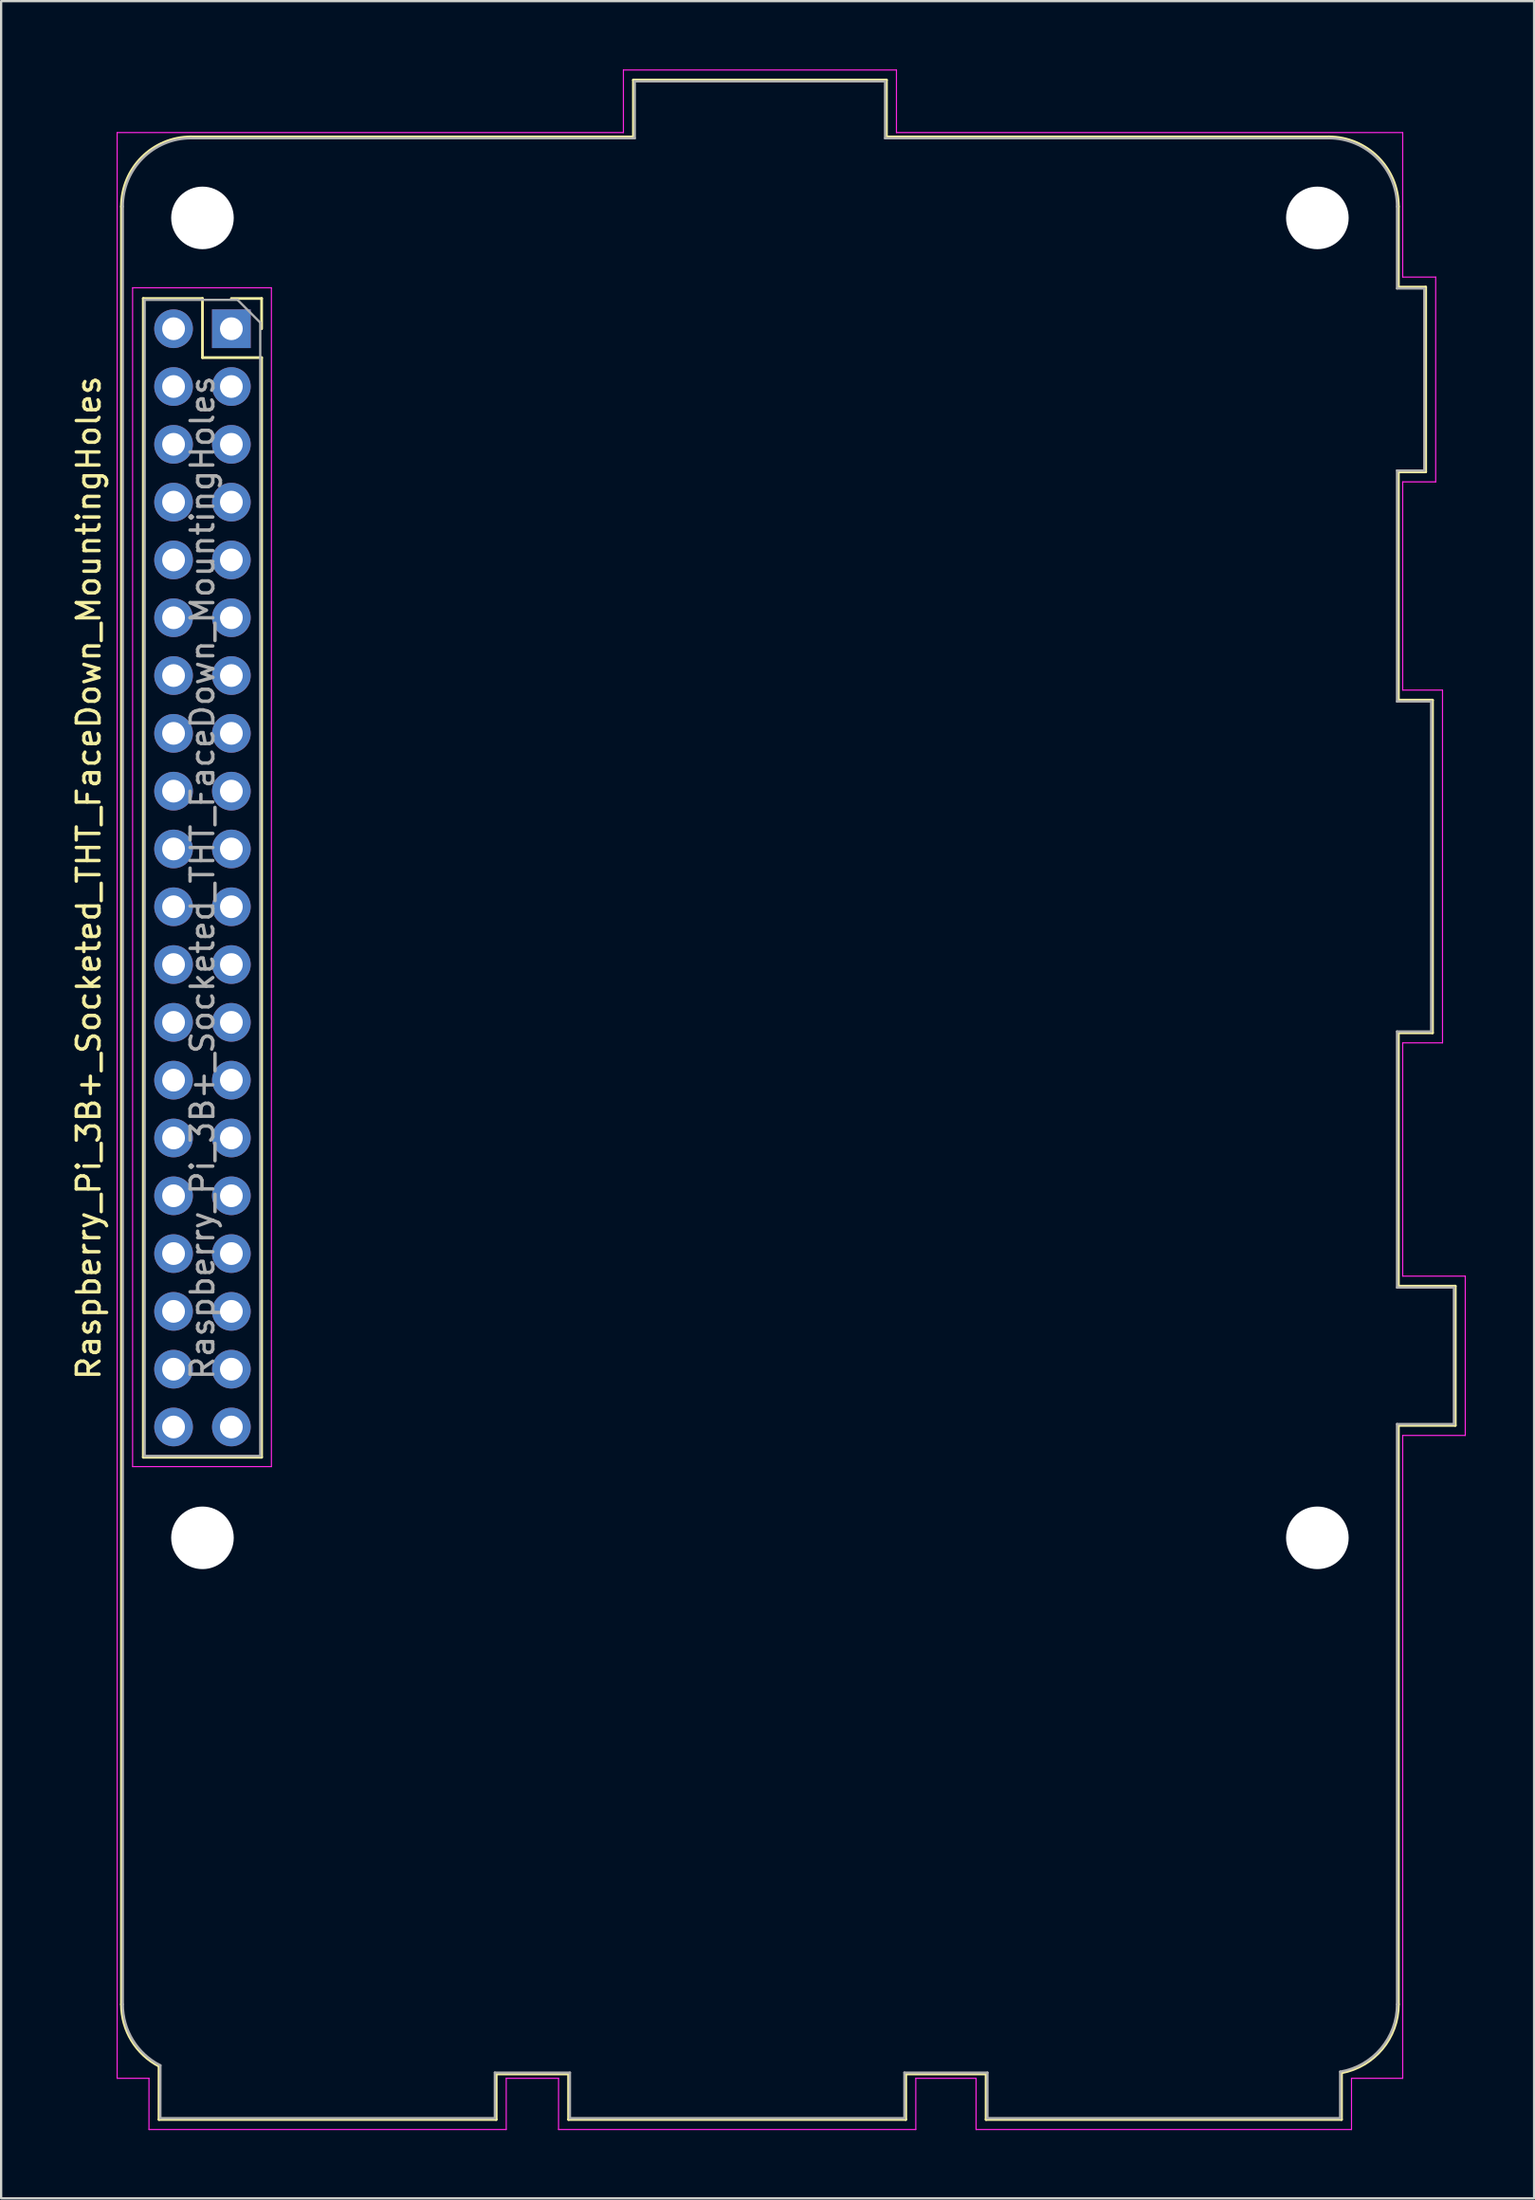
<source format=kicad_pcb>
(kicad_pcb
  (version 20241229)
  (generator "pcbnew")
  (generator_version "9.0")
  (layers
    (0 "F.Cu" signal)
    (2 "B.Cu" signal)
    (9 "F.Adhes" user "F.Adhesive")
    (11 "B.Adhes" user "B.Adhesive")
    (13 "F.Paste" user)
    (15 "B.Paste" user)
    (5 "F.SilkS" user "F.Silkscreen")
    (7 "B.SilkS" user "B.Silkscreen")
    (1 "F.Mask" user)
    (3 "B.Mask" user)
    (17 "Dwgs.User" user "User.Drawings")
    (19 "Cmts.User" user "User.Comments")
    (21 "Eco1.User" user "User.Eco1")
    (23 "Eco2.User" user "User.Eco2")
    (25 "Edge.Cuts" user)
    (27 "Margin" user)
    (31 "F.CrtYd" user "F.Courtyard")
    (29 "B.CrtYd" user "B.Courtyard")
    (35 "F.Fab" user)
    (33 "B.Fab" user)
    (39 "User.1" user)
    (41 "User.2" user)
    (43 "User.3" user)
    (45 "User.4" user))
  (footprint "Raspberry_Pi_3B+_Socketed_THT_FaceDown_MountingHoles"
    (layer "F.Cu")
    (at 7.118 11.395)
    (property "Reference" "Raspberry_Pi_3B+_Socketed_THT_FaceDown_MountingHoles" (at -6.27 24.13 90) (layer "F.SilkS") (effects (font (size 1 1) (thickness 0.15))))
    (attr through_hole)
    (fp_line (start -4.83 73.63) (end -4.83 -5.37) (stroke (width 0.12) (type solid)) (layer "F.SilkS"))
    (fp_line (start -3.87 -1.33) (end -3.87 49.59) (stroke (width 0.12) (type solid)) (layer "F.SilkS"))
    (fp_line (start -3.87 -1.33) (end -1.27 -1.33) (stroke (width 0.12) (type solid)) (layer "F.SilkS"))
    (fp_line (start -3.87 49.59) (end 1.33 49.59) (stroke (width 0.12) (type solid)) (layer "F.SilkS"))
    (fp_line (start -3.18 78.69) (end -3.178 76.347) (stroke (width 0.12) (type solid)) (layer "F.SilkS"))
    (fp_line (start -1.77 -8.43) (end 17.67 -8.43) (stroke (width 0.12) (type solid)) (layer "F.SilkS"))
    (fp_line (start -1.27 -1.33) (end -1.27 1.27) (stroke (width 0.12) (type solid)) (layer "F.SilkS"))
    (fp_line (start -1.27 1.27) (end 1.33 1.27) (stroke (width 0.12) (type solid)) (layer "F.SilkS"))
    (fp_line (start 0 -1.33) (end 1.33 -1.33) (stroke (width 0.12) (type solid)) (layer "F.SilkS"))
    (fp_line (start 1.33 -1.33) (end 1.33 0) (stroke (width 0.12) (type solid)) (layer "F.SilkS"))
    (fp_line (start 1.33 1.27) (end 1.33 49.59) (stroke (width 0.12) (type solid)) (layer "F.SilkS"))
    (fp_line (start 11.64 76.69) (end 11.64 78.69) (stroke (width 0.12) (type solid)) (layer "F.SilkS"))
    (fp_line (start 11.64 78.69) (end -3.18 78.69) (stroke (width 0.12) (type solid)) (layer "F.SilkS"))
    (fp_line (start 14.82 76.69) (end 11.64 76.69) (stroke (width 0.12) (type solid)) (layer "F.SilkS"))
    (fp_line (start 14.82 78.69) (end 14.82 76.69) (stroke (width 0.12) (type solid)) (layer "F.SilkS"))
    (fp_line (start 17.67 -10.93) (end 17.67 -8.43) (stroke (width 0.12) (type solid)) (layer "F.SilkS"))
    (fp_line (start 28.79 -10.93) (end 17.67 -10.93) (stroke (width 0.12) (type solid)) (layer "F.SilkS"))
    (fp_line (start 28.79 -8.43) (end 28.79 -10.93) (stroke (width 0.12) (type solid)) (layer "F.SilkS"))
    (fp_line (start 29.64 76.69) (end 29.64 78.69) (stroke (width 0.12) (type solid)) (layer "F.SilkS"))
    (fp_line (start 29.64 78.69) (end 14.82 78.69) (stroke (width 0.12) (type solid)) (layer "F.SilkS"))
    (fp_line (start 33.17 76.69) (end 29.64 76.69) (stroke (width 0.12) (type solid)) (layer "F.SilkS"))
    (fp_line (start 33.17 78.69) (end 33.17 76.69) (stroke (width 0.12) (type solid)) (layer "F.SilkS"))
    (fp_line (start 48.23 -8.43) (end 28.79 -8.43) (stroke (width 0.12) (type solid)) (layer "F.SilkS"))
    (fp_line (start 48.79 78.69) (end 33.17 78.69) (stroke (width 0.12) (type solid)) (layer "F.SilkS"))
    (fp_line (start 48.79 78.69) (end 48.79 76.638) (stroke (width 0.12) (type solid)) (layer "F.SilkS"))
    (fp_line (start 51.29 -5.37) (end 51.29 -1.83) (stroke (width 0.12) (type solid)) (layer "F.SilkS"))
    (fp_line (start 51.29 -1.83) (end 52.49 -1.83) (stroke (width 0.12) (type solid)) (layer "F.SilkS"))
    (fp_line (start 51.29 6.29) (end 51.29 16.32) (stroke (width 0.12) (type solid)) (layer "F.SilkS"))
    (fp_line (start 51.29 16.32) (end 52.79 16.32) (stroke (width 0.12) (type solid)) (layer "F.SilkS"))
    (fp_line (start 51.29 30.94) (end 51.29 42.07) (stroke (width 0.12) (type solid)) (layer "F.SilkS"))
    (fp_line (start 51.29 42.07) (end 53.79 42.07) (stroke (width 0.12) (type solid)) (layer "F.SilkS"))
    (fp_line (start 51.29 48.19) (end 51.29 73.63) (stroke (width 0.12) (type solid)) (layer "F.SilkS"))
    (fp_line (start 52.49 -1.83) (end 52.49 6.29) (stroke (width 0.12) (type solid)) (layer "F.SilkS"))
    (fp_line (start 52.49 6.29) (end 51.29 6.29) (stroke (width 0.12) (type solid)) (layer "F.SilkS"))
    (fp_line (start 52.79 16.32) (end 52.79 30.94) (stroke (width 0.12) (type solid)) (layer "F.SilkS"))
    (fp_line (start 52.79 30.94) (end 51.29 30.94) (stroke (width 0.12) (type solid)) (layer "F.SilkS"))
    (fp_line (start 53.79 42.07) (end 53.79 48.19) (stroke (width 0.12) (type solid)) (layer "F.SilkS"))
    (fp_line (start 53.79 48.19) (end 51.29 48.19) (stroke (width 0.12) (type solid)) (layer "F.SilkS"))
    (fp_arc (start -4.83 -5.37) (mid -3.933747 -7.533747) (end -1.77 -8.43) (stroke (width 0.12) (type solid)) (layer "F.SilkS"))
    (fp_arc (start -3.178211 76.346715) (mid -4.384644 75.219728) (end -4.83 73.63) (stroke (width 0.12) (type solid)) (layer "F.SilkS"))
    (fp_arc (start 48.23 -8.43) (mid 50.393747 -7.533747) (end 51.29 -5.37) (stroke (width 0.12) (type solid)) (layer "F.SilkS"))
    (fp_arc (start 51.29 73.63) (mid 50.583325 75.585879) (end 48.789698 76.638378) (stroke (width 0.12) (type solid)) (layer "F.SilkS"))
    (fp_line (start -5.02 -8.62) (end 17.23 -8.62) (stroke (width 0.05) (type solid)) (layer "F.CrtYd"))
    (fp_line (start -5.02 76.88) (end -5.02 -8.62) (stroke (width 0.05) (type solid)) (layer "F.CrtYd"))
    (fp_line (start -4.34 -1.8) (end 1.76 -1.8) (stroke (width 0.05) (type solid)) (layer "F.CrtYd"))
    (fp_line (start -4.34 50) (end -4.34 -1.8) (stroke (width 0.05) (type solid)) (layer "F.CrtYd"))
    (fp_line (start -3.62 76.88) (end -5.02 76.88) (stroke (width 0.05) (type solid)) (layer "F.CrtYd"))
    (fp_line (start -3.62 79.13) (end -3.62 76.88) (stroke (width 0.05) (type solid)) (layer "F.CrtYd"))
    (fp_line (start 1.76 -1.8) (end 1.76 50) (stroke (width 0.05) (type solid)) (layer "F.CrtYd"))
    (fp_line (start 1.76 50) (end -4.34 50) (stroke (width 0.05) (type solid)) (layer "F.CrtYd"))
    (fp_line (start 12.08 76.88) (end 12.08 79.13) (stroke (width 0.05) (type solid)) (layer "F.CrtYd"))
    (fp_line (start 12.08 79.13) (end -3.62 79.13) (stroke (width 0.05) (type solid)) (layer "F.CrtYd"))
    (fp_line (start 14.38 76.88) (end 12.08 76.88) (stroke (width 0.05) (type solid)) (layer "F.CrtYd"))
    (fp_line (start 14.38 79.13) (end 14.38 76.88) (stroke (width 0.05) (type solid)) (layer "F.CrtYd"))
    (fp_line (start 17.23 -11.37) (end 29.23 -11.37) (stroke (width 0.05) (type solid)) (layer "F.CrtYd"))
    (fp_line (start 17.23 -8.62) (end 17.23 -11.37) (stroke (width 0.05) (type solid)) (layer "F.CrtYd"))
    (fp_line (start 29.23 -11.37) (end 29.23 -8.62) (stroke (width 0.05) (type solid)) (layer "F.CrtYd"))
    (fp_line (start 29.23 -8.62) (end 51.48 -8.62) (stroke (width 0.05) (type solid)) (layer "F.CrtYd"))
    (fp_line (start 30.08 76.88) (end 30.08 79.13) (stroke (width 0.05) (type solid)) (layer "F.CrtYd"))
    (fp_line (start 30.08 79.13) (end 14.38 79.13) (stroke (width 0.05) (type solid)) (layer "F.CrtYd"))
    (fp_line (start 32.73 76.88) (end 30.08 76.88) (stroke (width 0.05) (type solid)) (layer "F.CrtYd"))
    (fp_line (start 32.73 79.13) (end 32.73 76.88) (stroke (width 0.05) (type solid)) (layer "F.CrtYd"))
    (fp_line (start 49.23 76.88) (end 49.23 79.13) (stroke (width 0.05) (type solid)) (layer "F.CrtYd"))
    (fp_line (start 49.23 79.13) (end 32.73 79.13) (stroke (width 0.05) (type solid)) (layer "F.CrtYd"))
    (fp_line (start 51.48 -8.62) (end 51.48 -2.27) (stroke (width 0.05) (type solid)) (layer "F.CrtYd"))
    (fp_line (start 51.48 -2.27) (end 52.93 -2.27) (stroke (width 0.05) (type solid)) (layer "F.CrtYd"))
    (fp_line (start 51.48 6.73) (end 51.48 15.88) (stroke (width 0.05) (type solid)) (layer "F.CrtYd"))
    (fp_line (start 51.48 15.88) (end 53.23 15.88) (stroke (width 0.05) (type solid)) (layer "F.CrtYd"))
    (fp_line (start 51.48 31.38) (end 51.48 41.63) (stroke (width 0.05) (type solid)) (layer "F.CrtYd"))
    (fp_line (start 51.48 41.63) (end 54.23 41.63) (stroke (width 0.05) (type solid)) (layer "F.CrtYd"))
    (fp_line (start 51.48 48.63) (end 51.48 76.88) (stroke (width 0.05) (type solid)) (layer "F.CrtYd"))
    (fp_line (start 51.48 76.88) (end 49.23 76.88) (stroke (width 0.05) (type solid)) (layer "F.CrtYd"))
    (fp_line (start 52.93 -2.27) (end 52.93 6.73) (stroke (width 0.05) (type solid)) (layer "F.CrtYd"))
    (fp_line (start 52.93 6.73) (end 51.48 6.73) (stroke (width 0.05) (type solid)) (layer "F.CrtYd"))
    (fp_line (start 53.23 15.88) (end 53.23 31.38) (stroke (width 0.05) (type solid)) (layer "F.CrtYd"))
    (fp_line (start 53.23 31.38) (end 51.48 31.38) (stroke (width 0.05) (type solid)) (layer "F.CrtYd"))
    (fp_line (start 54.23 41.63) (end 54.23 48.63) (stroke (width 0.05) (type solid)) (layer "F.CrtYd"))
    (fp_line (start 54.23 48.63) (end 51.48 48.63) (stroke (width 0.05) (type solid)) (layer "F.CrtYd"))
    (fp_line (start -4.77 73.63) (end -4.77 -5.37) (stroke (width 0.1) (type solid)) (layer "F.Fab"))
    (fp_line (start -3.81 -1.27) (end 0.27 -1.27) (stroke (width 0.1) (type solid)) (layer "F.Fab"))
    (fp_line (start -3.81 49.53) (end -3.81 -1.27) (stroke (width 0.1) (type solid)) (layer "F.Fab"))
    (fp_line (start -3.12 78.63) (end 11.58 78.63) (stroke (width 0.1) (type solid)) (layer "F.Fab"))
    (fp_line (start -3.118 76.31) (end -3.12 78.63) (stroke (width 0.1) (type solid)) (layer "F.Fab"))
    (fp_line (start -1.77 -8.37) (end 17.73 -8.37) (stroke (width 0.1) (type solid)) (layer "F.Fab"))
    (fp_line (start 0.27 -1.27) (end 1.27 -0.27) (stroke (width 0.1) (type solid)) (layer "F.Fab"))
    (fp_line (start 1.27 -0.27) (end 1.27 49.53) (stroke (width 0.1) (type solid)) (layer "F.Fab"))
    (fp_line (start 1.27 49.53) (end -3.81 49.53) (stroke (width 0.1) (type solid)) (layer "F.Fab"))
    (fp_line (start 11.58 76.63) (end 14.88 76.63) (stroke (width 0.1) (type solid)) (layer "F.Fab"))
    (fp_line (start 11.58 78.63) (end 11.58 76.63) (stroke (width 0.1) (type solid)) (layer "F.Fab"))
    (fp_line (start 14.88 76.63) (end 14.88 78.63) (stroke (width 0.1) (type solid)) (layer "F.Fab"))
    (fp_line (start 14.88 78.63) (end 29.58 78.63) (stroke (width 0.1) (type solid)) (layer "F.Fab"))
    (fp_line (start 17.73 -10.87) (end 17.73 -8.37) (stroke (width 0.1) (type solid)) (layer "F.Fab"))
    (fp_line (start 28.73 -10.87) (end 17.73 -10.87) (stroke (width 0.1) (type solid)) (layer "F.Fab"))
    (fp_line (start 28.73 -8.37) (end 28.73 -10.87) (stroke (width 0.1) (type solid)) (layer "F.Fab"))
    (fp_line (start 29.58 76.63) (end 33.23 76.63) (stroke (width 0.1) (type solid)) (layer "F.Fab"))
    (fp_line (start 29.58 78.63) (end 29.58 76.63) (stroke (width 0.1) (type solid)) (layer "F.Fab"))
    (fp_line (start 33.23 76.63) (end 33.23 78.63) (stroke (width 0.1) (type solid)) (layer "F.Fab"))
    (fp_line (start 33.23 78.63) (end 48.73 78.63) (stroke (width 0.1) (type solid)) (layer "F.Fab"))
    (fp_line (start 48.23 -8.37) (end 28.73 -8.37) (stroke (width 0.1) (type solid)) (layer "F.Fab"))
    (fp_line (start 48.73 78.63) (end 48.73 76.588) (stroke (width 0.1) (type solid)) (layer "F.Fab"))
    (fp_line (start 51.23 -5.37) (end 51.23 -1.77) (stroke (width 0.1) (type solid)) (layer "F.Fab"))
    (fp_line (start 51.23 -1.77) (end 52.43 -1.77) (stroke (width 0.1) (type solid)) (layer "F.Fab"))
    (fp_line (start 51.23 6.23) (end 51.23 16.38) (stroke (width 0.1) (type solid)) (layer "F.Fab"))
    (fp_line (start 51.23 16.38) (end 52.73 16.38) (stroke (width 0.1) (type solid)) (layer "F.Fab"))
    (fp_line (start 51.23 30.88) (end 51.23 42.13) (stroke (width 0.1) (type solid)) (layer "F.Fab"))
    (fp_line (start 51.23 42.13) (end 53.73 42.13) (stroke (width 0.1) (type solid)) (layer "F.Fab"))
    (fp_line (start 51.23 48.13) (end 51.23 73.63) (stroke (width 0.1) (type solid)) (layer "F.Fab"))
    (fp_line (start 52.43 -1.77) (end 52.43 6.23) (stroke (width 0.1) (type solid)) (layer "F.Fab"))
    (fp_line (start 52.43 6.23) (end 51.23 6.23) (stroke (width 0.1) (type solid)) (layer "F.Fab"))
    (fp_line (start 52.73 16.38) (end 52.73 30.88) (stroke (width 0.1) (type solid)) (layer "F.Fab"))
    (fp_line (start 52.73 30.88) (end 51.23 30.88) (stroke (width 0.1) (type solid)) (layer "F.Fab"))
    (fp_line (start 53.73 42.13) (end 53.73 48.13) (stroke (width 0.1) (type solid)) (layer "F.Fab"))
    (fp_line (start 53.73 48.13) (end 51.23 48.13) (stroke (width 0.1) (type solid)) (layer "F.Fab"))
    (fp_arc (start -4.77 -5.37) (mid -3.89132 -7.49132) (end -1.77 -8.37) (stroke (width 0.1) (type solid)) (layer "F.Fab"))
    (fp_arc (start -3.117957 76.310114) (mid -4.323808 75.204187) (end -4.77 73.63) (stroke (width 0.1) (type solid)) (layer "F.Fab"))
    (fp_arc (start 48.23 -8.37) (mid 50.35132 -7.49132) (end 51.23 -5.37) (stroke (width 0.1) (type solid)) (layer "F.Fab"))
    (fp_arc (start 51.23 73.63) (mid 50.521388 75.566373) (end 48.730306 76.587988) (stroke (width 0.1) (type solid)) (layer "F.Fab"))
    (fp_text user "${REFERENCE}" (at -1.27 24.13 90) (layer "F.Fab") (effects (font (size 1 1) (thickness 0.15))))
    (pad "" np_thru_hole circle (at -1.27 -4.87 90) (size 2.75 2.75) (drill 2.75) (layers "*.Cu" "*.Mask"))
    (pad "" np_thru_hole circle (at -1.27 53.13 90) (size 2.75 2.75) (drill 2.75) (layers "*.Cu" "*.Mask"))
    (pad "" np_thru_hole circle (at 47.73 -4.87 90) (size 2.75 2.75) (drill 2.75) (layers "*.Cu" "*.Mask"))
    (pad "" np_thru_hole circle (at 47.73 53.13 90) (size 2.75 2.75) (drill 2.75) (layers "*.Cu" "*.Mask"))
    (pad "1" thru_hole rect (at 0 0) (size 1.7 1.7) (drill 1) (layers "*.Cu" "*.Mask"))
    (pad "2" thru_hole oval (at -2.54 0) (size 1.7 1.7) (drill 1) (layers "*.Cu" "*.Mask"))
    (pad "3" thru_hole oval (at 0 2.54) (size 1.7 1.7) (drill 1) (layers "*.Cu" "*.Mask"))
    (pad "4" thru_hole oval (at -2.54 2.54) (size 1.7 1.7) (drill 1) (layers "*.Cu" "*.Mask"))
    (pad "5" thru_hole oval (at 0 5.08) (size 1.7 1.7) (drill 1) (layers "*.Cu" "*.Mask"))
    (pad "6" thru_hole oval (at -2.54 5.08) (size 1.7 1.7) (drill 1) (layers "*.Cu" "*.Mask"))
    (pad "7" thru_hole oval (at 0 7.62) (size 1.7 1.7) (drill 1) (layers "*.Cu" "*.Mask"))
    (pad "8" thru_hole oval (at -2.54 7.62) (size 1.7 1.7) (drill 1) (layers "*.Cu" "*.Mask"))
    (pad "9" thru_hole oval (at 0 10.16) (size 1.7 1.7) (drill 1) (layers "*.Cu" "*.Mask"))
    (pad "10" thru_hole oval (at -2.54 10.16) (size 1.7 1.7) (drill 1) (layers "*.Cu" "*.Mask"))
    (pad "11" thru_hole oval (at 0 12.7) (size 1.7 1.7) (drill 1) (layers "*.Cu" "*.Mask"))
    (pad "12" thru_hole oval (at -2.54 12.7) (size 1.7 1.7) (drill 1) (layers "*.Cu" "*.Mask"))
    (pad "13" thru_hole oval (at 0 15.24) (size 1.7 1.7) (drill 1) (layers "*.Cu" "*.Mask"))
    (pad "14" thru_hole oval (at -2.54 15.24) (size 1.7 1.7) (drill 1) (layers "*.Cu" "*.Mask"))
    (pad "15" thru_hole oval (at 0 17.78) (size 1.7 1.7) (drill 1) (layers "*.Cu" "*.Mask"))
    (pad "16" thru_hole oval (at -2.54 17.78) (size 1.7 1.7) (drill 1) (layers "*.Cu" "*.Mask"))
    (pad "17" thru_hole oval (at 0 20.32) (size 1.7 1.7) (drill 1) (layers "*.Cu" "*.Mask"))
    (pad "18" thru_hole oval (at -2.54 20.32) (size 1.7 1.7) (drill 1) (layers "*.Cu" "*.Mask"))
    (pad "19" thru_hole oval (at 0 22.86) (size 1.7 1.7) (drill 1) (layers "*.Cu" "*.Mask"))
    (pad "20" thru_hole oval (at -2.54 22.86) (size 1.7 1.7) (drill 1) (layers "*.Cu" "*.Mask"))
    (pad "21" thru_hole oval (at 0 25.4) (size 1.7 1.7) (drill 1) (layers "*.Cu" "*.Mask"))
    (pad "22" thru_hole oval (at -2.54 25.4) (size 1.7 1.7) (drill 1) (layers "*.Cu" "*.Mask"))
    (pad "23" thru_hole oval (at 0 27.94) (size 1.7 1.7) (drill 1) (layers "*.Cu" "*.Mask"))
    (pad "24" thru_hole oval (at -2.54 27.94) (size 1.7 1.7) (drill 1) (layers "*.Cu" "*.Mask"))
    (pad "25" thru_hole oval (at 0 30.48) (size 1.7 1.7) (drill 1) (layers "*.Cu" "*.Mask"))
    (pad "26" thru_hole oval (at -2.54 30.48) (size 1.7 1.7) (drill 1) (layers "*.Cu" "*.Mask"))
    (pad "27" thru_hole oval (at 0 33.02) (size 1.7 1.7) (drill 1) (layers "*.Cu" "*.Mask"))
    (pad "28" thru_hole oval (at -2.54 33.02) (size 1.7 1.7) (drill 1) (layers "*.Cu" "*.Mask"))
    (pad "29" thru_hole oval (at 0 35.56) (size 1.7 1.7) (drill 1) (layers "*.Cu" "*.Mask"))
    (pad "30" thru_hole oval (at -2.54 35.56) (size 1.7 1.7) (drill 1) (layers "*.Cu" "*.Mask"))
    (pad "31" thru_hole oval (at 0 38.1) (size 1.7 1.7) (drill 1) (layers "*.Cu" "*.Mask"))
    (pad "32" thru_hole oval (at -2.54 38.1) (size 1.7 1.7) (drill 1) (layers "*.Cu" "*.Mask"))
    (pad "33" thru_hole oval (at 0 40.64) (size 1.7 1.7) (drill 1) (layers "*.Cu" "*.Mask"))
    (pad "34" thru_hole oval (at -2.54 40.64) (size 1.7 1.7) (drill 1) (layers "*.Cu" "*.Mask"))
    (pad "35" thru_hole oval (at 0 43.18) (size 1.7 1.7) (drill 1) (layers "*.Cu" "*.Mask"))
    (pad "36" thru_hole oval (at -2.54 43.18) (size 1.7 1.7) (drill 1) (layers "*.Cu" "*.Mask"))
    (pad "37" thru_hole oval (at 0 45.72) (size 1.7 1.7) (drill 1) (layers "*.Cu" "*.Mask"))
    (pad "38" thru_hole oval (at -2.54 45.72) (size 1.7 1.7) (drill 1) (layers "*.Cu" "*.Mask"))
    (pad "39" thru_hole oval (at 0 48.26) (size 1.7 1.7) (drill 1) (layers "*.Cu" "*.Mask"))
    (pad "40" thru_hole oval (at -2.54 48.26) (size 1.7 1.7) (drill 1) (layers "*.Cu" "*.Mask")))
  (gr_rect
    (start -3 -3)
    (end 64.373 93.55)
    (stroke (width 0.1) (type default))
    (fill no)
    (layer "Edge.Cuts")))
</source>
